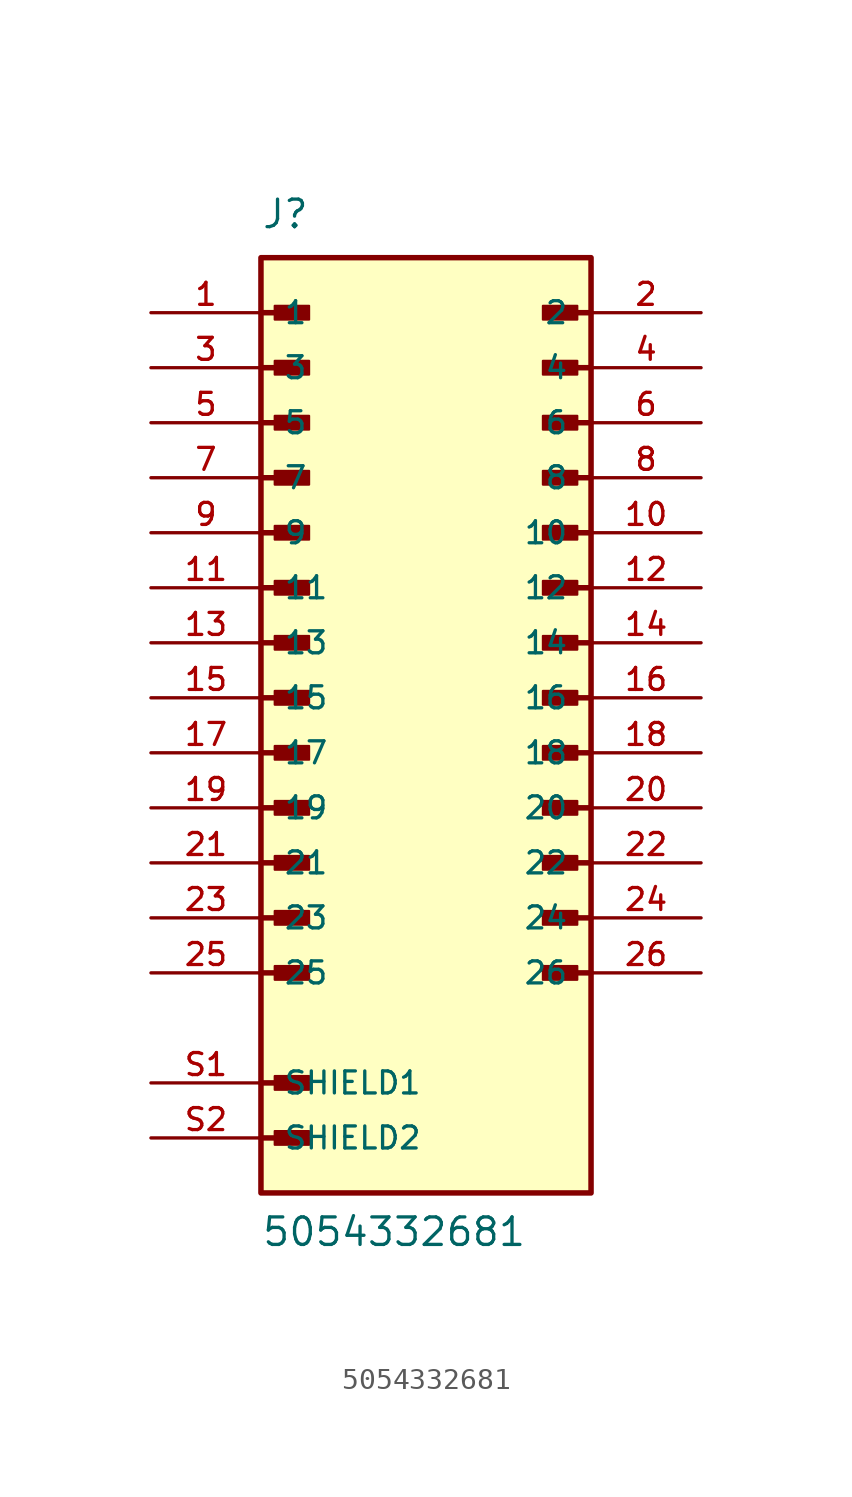
<source format=kicad_sym>
(kicad_symbol_lib
  (version 20211014)
  (generator kicad_symbol_editor)
  (symbol "5054332681"
    (pin_names
      (offset 1.016))
    (property "Reference" "J"
      (at -7.62 21.59 0)
      (effects (font (size 1.27 1.27)) (justify bottom left)))
    (property "Value" "5054332681"
      (at -7.62 -25.4 0)
      (effects (font (size 1.27 1.27)) (justify bottom left)))
    (symbol "5054332681_0_0"
      (rectangle (start -6.985 17.462) (end -5.397 18.098) (stroke (width 0.1)) (fill (type outline)))
      (polyline (pts (xy -7.62 15.24) (xy -5.715 15.24)) (stroke (width 0.254)))
      (rectangle (start -6.985 14.922) (end -5.397 15.557) (stroke (width 0.1)) (fill (type outline)))
      (polyline (pts (xy -7.62 12.7) (xy -5.715 12.7)) (stroke (width 0.254)))
      (rectangle (start -6.985 12.383) (end -5.397 13.018) (stroke (width 0.1)) (fill (type outline)))
      (polyline (pts (xy -7.62 10.16) (xy -5.715 10.16)) (stroke (width 0.254)))
      (rectangle (start -6.985 9.842) (end -5.397 10.477) (stroke (width 0.1)) (fill (type outline)))
      (polyline (pts (xy -7.62 7.62) (xy -5.715 7.62)) (stroke (width 0.254)))
      (rectangle (start -6.985 7.303) (end -5.397 7.938) (stroke (width 0.1)) (fill (type outline)))
      (polyline (pts (xy -7.62 5.08) (xy -5.715 5.08)) (stroke (width 0.254)))
      (rectangle (start -6.985 4.763) (end -5.397 5.397) (stroke (width 0.1)) (fill (type outline)))
      (polyline (pts (xy -7.62 2.54) (xy -5.715 2.54)) (stroke (width 0.254)))
      (rectangle (start -6.985 2.223) (end -5.397 2.857) (stroke (width 0.1)) (fill (type outline)))
      (polyline (pts (xy -7.62 0.0) (xy -5.715 0.0)) (stroke (width 0.254)))
      (rectangle (start -6.985 -0.318) (end -5.397 0.318) (stroke (width 0.1)) (fill (type outline)))
      (polyline (pts (xy -7.62 17.78) (xy -5.715 17.78)) (stroke (width 0.254)))
      (rectangle (start 5.397 17.462) (end 6.985 18.098) (stroke (width 0.1)) (fill (type outline)))
      (polyline (pts (xy 7.62 15.24) (xy 5.715 15.24)) (stroke (width 0.254)))
      (rectangle (start 5.397 14.922) (end 6.985 15.557) (stroke (width 0.1)) (fill (type outline)))
      (polyline (pts (xy 7.62 12.7) (xy 5.715 12.7)) (stroke (width 0.254)))
      (rectangle (start 5.397 12.383) (end 6.985 13.018) (stroke (width 0.1)) (fill (type outline)))
      (polyline (pts (xy 7.62 10.16) (xy 5.715 10.16)) (stroke (width 0.254)))
      (rectangle (start 5.397 9.842) (end 6.985 10.477) (stroke (width 0.1)) (fill (type outline)))
      (polyline (pts (xy 7.62 7.62) (xy 5.715 7.62)) (stroke (width 0.254)))
      (rectangle (start 5.397 7.303) (end 6.985 7.938) (stroke (width 0.1)) (fill (type outline)))
      (polyline (pts (xy 7.62 5.08) (xy 5.715 5.08)) (stroke (width 0.254)))
      (rectangle (start 5.397 4.763) (end 6.985 5.397) (stroke (width 0.1)) (fill (type outline)))
      (polyline (pts (xy 7.62 2.54) (xy 5.715 2.54)) (stroke (width 0.254)))
      (rectangle (start 5.397 2.223) (end 6.985 2.857) (stroke (width 0.1)) (fill (type outline)))
      (polyline (pts (xy 7.62 0.0) (xy 5.715 0.0)) (stroke (width 0.254)))
      (rectangle (start 5.397 -0.318) (end 6.985 0.318) (stroke (width 0.1)) (fill (type outline)))
      (polyline (pts (xy 7.62 17.78) (xy 5.715 17.78)) (stroke (width 0.254)))
      (rectangle (start -6.985 -2.857) (end -5.397 -2.223) (stroke (width 0.1)) (fill (type outline)))
      (polyline (pts (xy -7.62 -5.08) (xy -5.715 -5.08)) (stroke (width 0.254)))
      (rectangle (start -6.985 -5.397) (end -5.397 -4.763) (stroke (width 0.1)) (fill (type outline)))
      (polyline (pts (xy -7.62 -7.62) (xy -5.715 -7.62)) (stroke (width 0.254)))
      (rectangle (start -6.985 -7.938) (end -5.397 -7.303) (stroke (width 0.1)) (fill (type outline)))
      (polyline (pts (xy -7.62 -10.16) (xy -5.715 -10.16)) (stroke (width 0.254)))
      (rectangle (start -6.985 -10.477) (end -5.397 -9.842) (stroke (width 0.1)) (fill (type outline)))
      (polyline (pts (xy -7.62 -12.7) (xy -5.715 -12.7)) (stroke (width 0.254)))
      (rectangle (start -6.985 -13.018) (end -5.397 -12.383) (stroke (width 0.1)) (fill (type outline)))
      (polyline (pts (xy -7.62 -2.54) (xy -5.715 -2.54)) (stroke (width 0.254)))
      (rectangle (start 5.397 -2.857) (end 6.985 -2.223) (stroke (width 0.1)) (fill (type outline)))
      (polyline (pts (xy 7.62 -5.08) (xy 5.715 -5.08)) (stroke (width 0.254)))
      (rectangle (start 5.397 -5.397) (end 6.985 -4.763) (stroke (width 0.1)) (fill (type outline)))
      (polyline (pts (xy 7.62 -7.62) (xy 5.715 -7.62)) (stroke (width 0.254)))
      (rectangle (start 5.397 -7.938) (end 6.985 -7.303) (stroke (width 0.1)) (fill (type outline)))
      (polyline (pts (xy 7.62 -10.16) (xy 5.715 -10.16)) (stroke (width 0.254)))
      (rectangle (start 5.397 -10.477) (end 6.985 -9.842) (stroke (width 0.1)) (fill (type outline)))
      (polyline (pts (xy 7.62 -12.7) (xy 5.715 -12.7)) (stroke (width 0.254)))
      (rectangle (start 5.397 -13.018) (end 6.985 -12.383) (stroke (width 0.1)) (fill (type outline)))
      (polyline (pts (xy 7.62 -2.54) (xy 5.715 -2.54)) (stroke (width 0.254)))
      (polyline (pts (xy -7.62 -17.78) (xy -5.715 -17.78)) (stroke (width 0.254)))
      (rectangle (start -6.985 -18.098) (end -5.397 -17.462) (stroke (width 0.1)) (fill (type outline)))
      (polyline (pts (xy -7.62 -20.32) (xy -5.715 -20.32)) (stroke (width 0.254)))
      (rectangle (start -6.985 -20.637) (end -5.397 -20.003) (stroke (width 0.1)) (fill (type outline)))
      (rectangle (start -7.62 -22.86) (end 7.62 20.32) (stroke (width 0.254)) (fill (type background)))
      (pin passive line (at -12.7 17.78 0) (length 5.08) (name "1" (effects (font (size 1.016 1.016)))) (number "1" (effects (font (size 1.016 1.016)))))
      (pin passive line (at 12.7 17.78 180.0) (length 5.08) (name "2" (effects (font (size 1.016 1.016)))) (number "2" (effects (font (size 1.016 1.016)))))
      (pin passive line (at -12.7 15.24 0) (length 5.08) (name "3" (effects (font (size 1.016 1.016)))) (number "3" (effects (font (size 1.016 1.016)))))
      (pin passive line (at 12.7 15.24 180.0) (length 5.08) (name "4" (effects (font (size 1.016 1.016)))) (number "4" (effects (font (size 1.016 1.016)))))
      (pin passive line (at -12.7 12.7 0) (length 5.08) (name "5" (effects (font (size 1.016 1.016)))) (number "5" (effects (font (size 1.016 1.016)))))
      (pin passive line (at 12.7 12.7 180.0) (length 5.08) (name "6" (effects (font (size 1.016 1.016)))) (number "6" (effects (font (size 1.016 1.016)))))
      (pin passive line (at -12.7 10.16 0) (length 5.08) (name "7" (effects (font (size 1.016 1.016)))) (number "7" (effects (font (size 1.016 1.016)))))
      (pin passive line (at 12.7 10.16 180.0) (length 5.08) (name "8" (effects (font (size 1.016 1.016)))) (number "8" (effects (font (size 1.016 1.016)))))
      (pin passive line (at -12.7 7.62 0) (length 5.08) (name "9" (effects (font (size 1.016 1.016)))) (number "9" (effects (font (size 1.016 1.016)))))
      (pin passive line (at 12.7 7.62 180.0) (length 5.08) (name "10" (effects (font (size 1.016 1.016)))) (number "10" (effects (font (size 1.016 1.016)))))
      (pin passive line (at -12.7 5.08 0) (length 5.08) (name "11" (effects (font (size 1.016 1.016)))) (number "11" (effects (font (size 1.016 1.016)))))
      (pin passive line (at 12.7 5.08 180.0) (length 5.08) (name "12" (effects (font (size 1.016 1.016)))) (number "12" (effects (font (size 1.016 1.016)))))
      (pin passive line (at -12.7 2.54 0) (length 5.08) (name "13" (effects (font (size 1.016 1.016)))) (number "13" (effects (font (size 1.016 1.016)))))
      (pin passive line (at 12.7 2.54 180.0) (length 5.08) (name "14" (effects (font (size 1.016 1.016)))) (number "14" (effects (font (size 1.016 1.016)))))
      (pin passive line (at -12.7 0.0 0) (length 5.08) (name "15" (effects (font (size 1.016 1.016)))) (number "15" (effects (font (size 1.016 1.016)))))
      (pin passive line (at 12.7 0.0 180.0) (length 5.08) (name "16" (effects (font (size 1.016 1.016)))) (number "16" (effects (font (size 1.016 1.016)))))
      (pin passive line (at -12.7 -2.54 0) (length 5.08) (name "17" (effects (font (size 1.016 1.016)))) (number "17" (effects (font (size 1.016 1.016)))))
      (pin passive line (at 12.7 -2.54 180.0) (length 5.08) (name "18" (effects (font (size 1.016 1.016)))) (number "18" (effects (font (size 1.016 1.016)))))
      (pin passive line (at -12.7 -5.08 0) (length 5.08) (name "19" (effects (font (size 1.016 1.016)))) (number "19" (effects (font (size 1.016 1.016)))))
      (pin passive line (at 12.7 -5.08 180.0) (length 5.08) (name "20" (effects (font (size 1.016 1.016)))) (number "20" (effects (font (size 1.016 1.016)))))
      (pin passive line (at -12.7 -7.62 0) (length 5.08) (name "21" (effects (font (size 1.016 1.016)))) (number "21" (effects (font (size 1.016 1.016)))))
      (pin passive line (at 12.7 -7.62 180.0) (length 5.08) (name "22" (effects (font (size 1.016 1.016)))) (number "22" (effects (font (size 1.016 1.016)))))
      (pin passive line (at -12.7 -10.16 0) (length 5.08) (name "23" (effects (font (size 1.016 1.016)))) (number "23" (effects (font (size 1.016 1.016)))))
      (pin passive line (at 12.7 -10.16 180.0) (length 5.08) (name "24" (effects (font (size 1.016 1.016)))) (number "24" (effects (font (size 1.016 1.016)))))
      (pin passive line (at -12.7 -12.7 0) (length 5.08) (name "25" (effects (font (size 1.016 1.016)))) (number "25" (effects (font (size 1.016 1.016)))))
      (pin passive line (at 12.7 -12.7 180.0) (length 5.08) (name "26" (effects (font (size 1.016 1.016)))) (number "26" (effects (font (size 1.016 1.016)))))
      (pin passive line (at -12.7 -17.78 0) (length 5.08) (name "SHIELD1" (effects (font (size 1.016 1.016)))) (number "S1" (effects (font (size 1.016 1.016)))))
      (pin passive line (at -12.7 -20.32 0) (length 5.08) (name "SHIELD2" (effects (font (size 1.016 1.016)))) (number "S2" (effects (font (size 1.016 1.016))))))))
</source>
